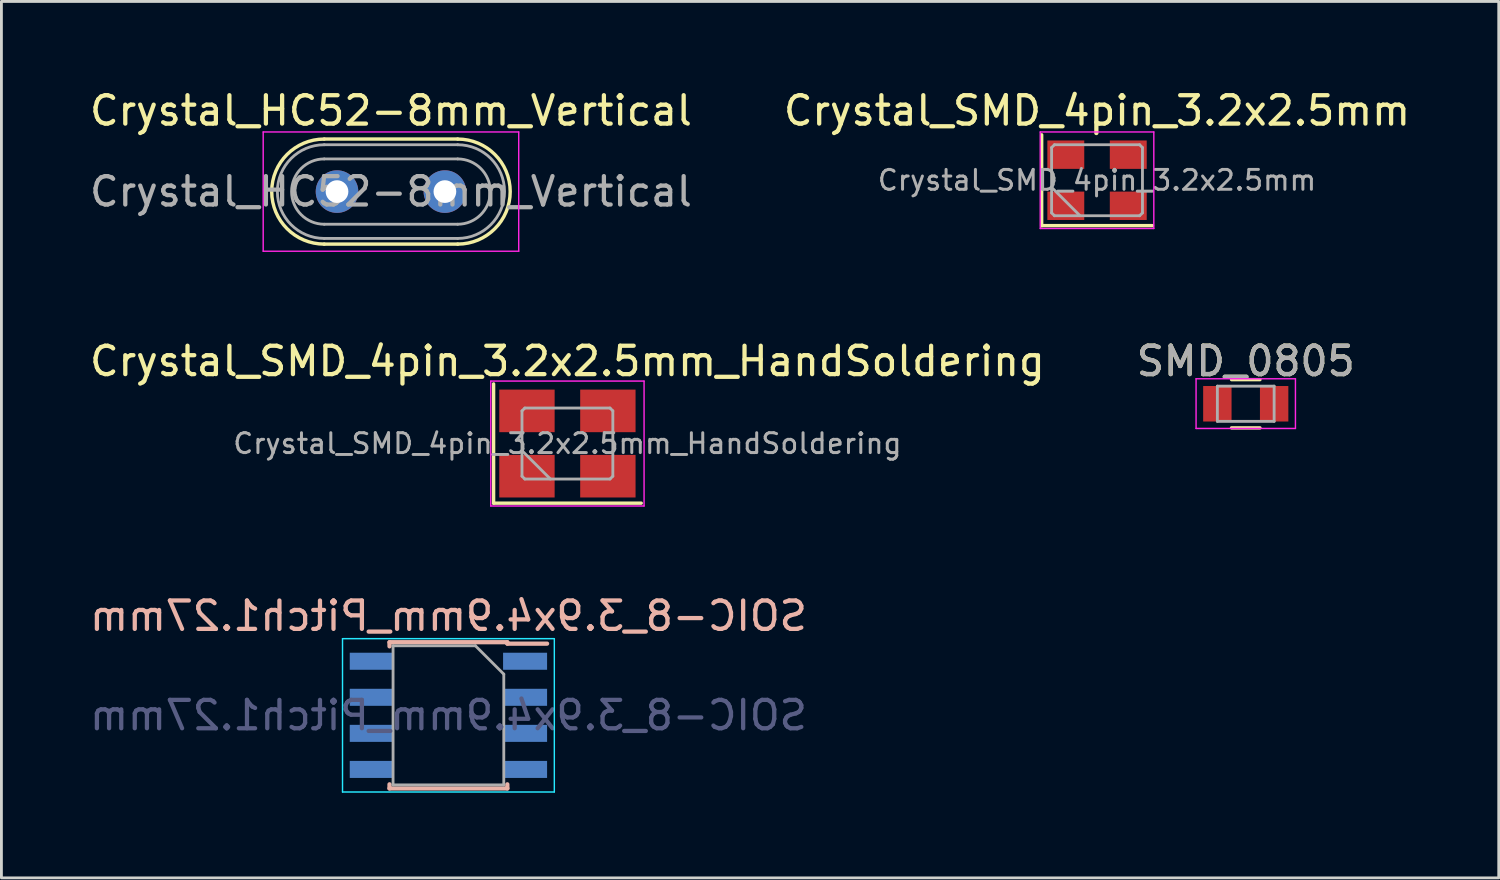
<source format=kicad_pcb>
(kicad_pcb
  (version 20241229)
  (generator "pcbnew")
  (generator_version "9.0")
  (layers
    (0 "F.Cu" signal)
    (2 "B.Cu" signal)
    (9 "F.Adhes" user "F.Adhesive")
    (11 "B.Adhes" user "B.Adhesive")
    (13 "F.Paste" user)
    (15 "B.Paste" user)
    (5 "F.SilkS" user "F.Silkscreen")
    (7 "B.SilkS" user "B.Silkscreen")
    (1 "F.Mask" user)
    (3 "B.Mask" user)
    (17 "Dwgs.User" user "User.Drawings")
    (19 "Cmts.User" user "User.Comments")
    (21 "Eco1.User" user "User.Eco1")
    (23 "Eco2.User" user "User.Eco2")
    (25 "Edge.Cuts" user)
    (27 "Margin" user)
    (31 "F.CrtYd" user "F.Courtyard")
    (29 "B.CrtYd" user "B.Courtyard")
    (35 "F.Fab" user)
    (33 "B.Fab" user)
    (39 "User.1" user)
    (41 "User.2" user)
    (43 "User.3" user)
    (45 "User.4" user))
  (footprint "Crystal_HC52-8mm_Vertical"
    (layer "F.Cu")
    (at 8.82 3.698)
    (property "Reference" "Crystal_HC52-8mm_Vertical" (at 1.9 -2.85 0) (layer "F.SilkS") (effects (font (size 1 1) (thickness 0.15))))
    (attr through_hole)
    (fp_line (start -0.45 -1.85) (end 4.25 -1.85) (stroke (width 0.12) (type solid)) (layer "F.SilkS"))
    (fp_line (start -0.45 1.85) (end 4.25 1.85) (stroke (width 0.12) (type solid)) (layer "F.SilkS"))
    (fp_arc (start -0.45 1.85) (mid -2.3 0) (end -0.45 -1.85) (stroke (width 0.12) (type solid)) (layer "F.SilkS"))
    (fp_arc (start 4.25 -1.85) (mid 6.1 0) (end 4.25 1.85) (stroke (width 0.12) (type solid)) (layer "F.SilkS"))
    (fp_line (start -2.6 -2.1) (end -2.6 2.1) (stroke (width 0.05) (type solid)) (layer "F.CrtYd"))
    (fp_line (start -2.6 2.1) (end 6.4 2.1) (stroke (width 0.05) (type solid)) (layer "F.CrtYd"))
    (fp_line (start 6.4 -2.1) (end -2.6 -2.1) (stroke (width 0.05) (type solid)) (layer "F.CrtYd"))
    (fp_line (start 6.4 2.1) (end 6.4 -2.1) (stroke (width 0.05) (type solid)) (layer "F.CrtYd"))
    (fp_line (start -0.45 -1.65) (end 4.25 -1.65) (stroke (width 0.1) (type solid)) (layer "F.Fab"))
    (fp_line (start -0.45 -1.15) (end 4.25 -1.15) (stroke (width 0.1) (type solid)) (layer "F.Fab"))
    (fp_line (start -0.45 1.15) (end 4.25 1.15) (stroke (width 0.1) (type solid)) (layer "F.Fab"))
    (fp_line (start -0.45 1.65) (end 4.25 1.65) (stroke (width 0.1) (type solid)) (layer "F.Fab"))
    (fp_arc (start -0.45 1.15) (mid -1.6 0) (end -0.45 -1.15) (stroke (width 0.1) (type solid)) (layer "F.Fab"))
    (fp_arc (start -0.45 1.65) (mid -2.1 0) (end -0.45 -1.65) (stroke (width 0.1) (type solid)) (layer "F.Fab"))
    (fp_arc (start 4.25 -1.65) (mid 5.9 0) (end 4.25 1.65) (stroke (width 0.1) (type solid)) (layer "F.Fab"))
    (fp_arc (start 4.25 -1.15) (mid 5.4 0) (end 4.25 1.15) (stroke (width 0.1) (type solid)) (layer "F.Fab"))
    (fp_text user "${REFERENCE}" (at 1.9 0 0) (layer "F.Fab") (effects (font (size 1 1) (thickness 0.15))))
    (pad "1" thru_hole circle (at 0 0) (size 1.5 1.5) (drill 0.8) (layers "*.Cu" "*.Mask"))
    (pad "2" thru_hole circle (at 3.8 0) (size 1.5 1.5) (drill 0.8) (layers "*.Cu" "*.Mask")))
  (footprint "Crystal_SMD_4pin_3.2x2.5mm_HandSoldering"
    (layer "F.Cu")
    (at 16.935 12.572)
    (property "Reference" "Crystal_SMD_4pin_3.2x2.5mm_HandSoldering" (at 0 -2.9 0) (layer "F.SilkS") (effects (font (size 1 1) (thickness 0.15))))
    (attr smd)
    (fp_line (start -2.6 -2.1) (end -2.6 2.1) (stroke (width 0.12) (type solid)) (layer "F.SilkS"))
    (fp_line (start -2.6 2.1) (end 2.6 2.1) (stroke (width 0.12) (type solid)) (layer "F.SilkS"))
    (fp_line (start -2.7 -2.2) (end -2.7 2.2) (stroke (width 0.05) (type solid)) (layer "F.CrtYd"))
    (fp_line (start -2.7 2.2) (end 2.7 2.2) (stroke (width 0.05) (type solid)) (layer "F.CrtYd"))
    (fp_line (start 2.7 -2.2) (end -2.7 -2.2) (stroke (width 0.05) (type solid)) (layer "F.CrtYd"))
    (fp_line (start 2.7 2.2) (end 2.7 -2.2) (stroke (width 0.05) (type solid)) (layer "F.CrtYd"))
    (fp_line (start -1.6 -1.15) (end -1.5 -1.25) (stroke (width 0.1) (type solid)) (layer "F.Fab"))
    (fp_line (start -1.6 0.25) (end -0.6 1.25) (stroke (width 0.1) (type solid)) (layer "F.Fab"))
    (fp_line (start -1.6 1.15) (end -1.6 -1.15) (stroke (width 0.1) (type solid)) (layer "F.Fab"))
    (fp_line (start -1.5 -1.25) (end 1.5 -1.25) (stroke (width 0.1) (type solid)) (layer "F.Fab"))
    (fp_line (start -1.5 1.25) (end -1.6 1.15) (stroke (width 0.1) (type solid)) (layer "F.Fab"))
    (fp_line (start 1.5 -1.25) (end 1.6 -1.15) (stroke (width 0.1) (type solid)) (layer "F.Fab"))
    (fp_line (start 1.5 1.25) (end -1.5 1.25) (stroke (width 0.1) (type solid)) (layer "F.Fab"))
    (fp_line (start 1.6 -1.15) (end 1.6 1.15) (stroke (width 0.1) (type solid)) (layer "F.Fab"))
    (fp_line (start 1.6 1.15) (end 1.5 1.25) (stroke (width 0.1) (type solid)) (layer "F.Fab"))
    (fp_text user "${REFERENCE}" (at 0 0 0) (layer "F.Fab") (effects (font (size 0.7 0.7) (thickness 0.105))))
    (pad "1" smd rect (at -1.425 1.15) (size 1.95 1.5) (layers "F.Cu" "F.Mask" "F.Paste"))
    (pad "2" smd rect (at 1.425 1.15) (size 1.95 1.5) (layers "F.Cu" "F.Mask" "F.Paste"))
    (pad "3" smd rect (at 1.425 -1.15) (size 1.95 1.5) (layers "F.Cu" "F.Mask" "F.Paste"))
    (pad "4" smd rect (at -1.425 -1.15) (size 1.95 1.5) (layers "F.Cu" "F.Mask" "F.Paste")))
  (footprint "SOIC-8_3.9x4.9mm_Pitch1.27mm"
    (layer "F.Cu")
    (at 11.982 22.145)
    (property "Reference" "SOIC-8_3.9x4.9mm_Pitch1.27mm" (at 0.762 -3.5 0) (layer "B.SilkS") (effects (font (size 1 1) (thickness 0.15)) (justify mirror)))
    (attr smd)
    (fp_line (start -1.313 -2.575) (end -1.313 -2.43) (stroke (width 0.15) (type solid)) (layer "B.SilkS"))
    (fp_line (start -1.313 2.575) (end -1.313 2.43) (stroke (width 0.15) (type solid)) (layer "B.SilkS"))
    (fp_line (start 2.837 -2.575) (end -1.313 -2.575) (stroke (width 0.15) (type solid)) (layer "B.SilkS"))
    (fp_line (start 2.837 -2.575) (end 2.837 -2.525) (stroke (width 0.15) (type solid)) (layer "B.SilkS"))
    (fp_line (start 2.837 -2.525) (end 4.237 -2.525) (stroke (width 0.15) (type solid)) (layer "B.SilkS"))
    (fp_line (start 2.837 2.575) (end -1.313 2.575) (stroke (width 0.15) (type solid)) (layer "B.SilkS"))
    (fp_line (start 2.837 2.575) (end 2.837 2.43) (stroke (width 0.15) (type solid)) (layer "B.SilkS"))
    (fp_line (start -2.968 -2.7) (end -2.968 2.7) (stroke (width 0.05) (type solid)) (layer "B.CrtYd"))
    (fp_line (start 4.492 -2.7) (end -2.968 -2.7) (stroke (width 0.05) (type solid)) (layer "B.CrtYd"))
    (fp_line (start 4.492 -2.7) (end 4.492 2.7) (stroke (width 0.05) (type solid)) (layer "B.CrtYd"))
    (fp_line (start 4.492 2.7) (end -2.968 2.7) (stroke (width 0.05) (type solid)) (layer "B.CrtYd"))
    (fp_line (start -1.188 -2.45) (end -1.188 2.45) (stroke (width 0.1) (type solid)) (layer "F.Fab"))
    (fp_line (start -1.188 2.45) (end 2.712 2.45) (stroke (width 0.1) (type solid)) (layer "F.Fab"))
    (fp_line (start 1.712 -2.45) (end -1.188 -2.45) (stroke (width 0.1) (type solid)) (layer "F.Fab"))
    (fp_line (start 2.712 -1.45) (end 1.712 -2.45) (stroke (width 0.1) (type solid)) (layer "F.Fab"))
    (fp_line (start 2.712 2.45) (end 2.712 -1.45) (stroke (width 0.1) (type solid)) (layer "F.Fab"))
    (fp_text user "${REFERENCE}" (at 0.762 0 0) (layer "B.Fab") (effects (font (size 1 1) (thickness 0.15)) (justify mirror)))
    (pad "1" smd rect (at 3.462 -1.905) (size 1.55 0.6) (layers "B.Cu" "B.Mask" "B.Paste"))
    (pad "2" smd rect (at 3.462 -0.635) (size 1.55 0.6) (layers "B.Cu" "B.Mask" "B.Paste"))
    (pad "3" smd rect (at 3.462 0.635) (size 1.55 0.6) (layers "B.Cu" "B.Mask" "B.Paste"))
    (pad "4" smd rect (at 3.462 1.905) (size 1.55 0.6) (layers "B.Cu" "B.Mask" "B.Paste"))
    (pad "5" smd rect (at -1.938 1.905) (size 1.55 0.6) (layers "B.Cu" "B.Mask" "B.Paste"))
    (pad "6" smd rect (at -1.938 0.635) (size 1.55 0.6) (layers "B.Cu" "B.Mask" "B.Paste"))
    (pad "7" smd rect (at -1.938 -0.635) (size 1.55 0.6) (layers "B.Cu" "B.Mask" "B.Paste"))
    (pad "8" smd rect (at -1.938 -1.905) (size 1.55 0.6) (layers "B.Cu" "B.Mask" "B.Paste")))
  (footprint "Crystal_SMD_4pin_3.2x2.5mm"
    (layer "F.Cu")
    (at 35.589 3.298)
    (property "Reference" "Crystal_SMD_4pin_3.2x2.5mm" (at 0 -2.45 0) (layer "F.SilkS") (effects (font (size 1 1) (thickness 0.15))))
    (attr smd)
    (fp_line (start -1.95 -1.6) (end -1.95 1.6) (stroke (width 0.12) (type solid)) (layer "F.SilkS"))
    (fp_line (start -1.95 1.6) (end 1.95 1.6) (stroke (width 0.12) (type solid)) (layer "F.SilkS"))
    (fp_line (start -2 -1.7) (end -2 1.7) (stroke (width 0.05) (type solid)) (layer "F.CrtYd"))
    (fp_line (start -2 1.7) (end 2 1.7) (stroke (width 0.05) (type solid)) (layer "F.CrtYd"))
    (fp_line (start 2 -1.7) (end -2 -1.7) (stroke (width 0.05) (type solid)) (layer "F.CrtYd"))
    (fp_line (start 2 1.7) (end 2 -1.7) (stroke (width 0.05) (type solid)) (layer "F.CrtYd"))
    (fp_line (start -1.6 -1.15) (end -1.5 -1.25) (stroke (width 0.1) (type solid)) (layer "F.Fab"))
    (fp_line (start -1.6 0.25) (end -0.6 1.25) (stroke (width 0.1) (type solid)) (layer "F.Fab"))
    (fp_line (start -1.6 1.15) (end -1.6 -1.15) (stroke (width 0.1) (type solid)) (layer "F.Fab"))
    (fp_line (start -1.5 -1.25) (end 1.5 -1.25) (stroke (width 0.1) (type solid)) (layer "F.Fab"))
    (fp_line (start -1.5 1.25) (end -1.6 1.15) (stroke (width 0.1) (type solid)) (layer "F.Fab"))
    (fp_line (start 1.5 -1.25) (end 1.6 -1.15) (stroke (width 0.1) (type solid)) (layer "F.Fab"))
    (fp_line (start 1.5 1.25) (end -1.5 1.25) (stroke (width 0.1) (type solid)) (layer "F.Fab"))
    (fp_line (start 1.6 -1.15) (end 1.6 1.15) (stroke (width 0.1) (type solid)) (layer "F.Fab"))
    (fp_line (start 1.6 1.15) (end 1.5 1.25) (stroke (width 0.1) (type solid)) (layer "F.Fab"))
    (fp_text user "${REFERENCE}" (at 0 0 0) (layer "F.Fab") (effects (font (size 0.7 0.7) (thickness 0.105))))
    (pad "1" smd rect (at -1.1 0.9) (size 1.3 1) (layers "F.Cu" "F.Mask" "F.Paste"))
    (pad "2" smd rect (at 1.1 0.9) (size 1.3 1) (layers "F.Cu" "F.Mask" "F.Paste"))
    (pad "3" smd rect (at 1.1 -0.9) (size 1.3 1) (layers "F.Cu" "F.Mask" "F.Paste"))
    (pad "4" smd rect (at -1.1 -0.9) (size 1.3 1) (layers "F.Cu" "F.Mask" "F.Paste")))
  (footprint "SMD_0805"
    (layer "F.Cu")
    (at 40.827 11.171)
    (property "Reference" "SMD_0805" (at 0 -1.5 0) (layer "F.SilkS") (effects (font (size 1 1) (thickness 0.15))))
    (attr smd)
    (fp_line (start -0.5 0.85) (end 0.5 0.85) (stroke (width 0.12) (type solid)) (layer "F.SilkS"))
    (fp_line (start 0.5 -0.85) (end -0.5 -0.85) (stroke (width 0.12) (type solid)) (layer "F.SilkS"))
    (fp_line (start -1.75 -0.88) (end -1.75 0.87) (stroke (width 0.05) (type solid)) (layer "F.CrtYd"))
    (fp_line (start -1.75 -0.88) (end 1.75 -0.88) (stroke (width 0.05) (type solid)) (layer "F.CrtYd"))
    (fp_line (start 1.75 0.87) (end -1.75 0.87) (stroke (width 0.05) (type solid)) (layer "F.CrtYd"))
    (fp_line (start 1.75 0.87) (end 1.75 -0.88) (stroke (width 0.05) (type solid)) (layer "F.CrtYd"))
    (fp_line (start -1 -0.62) (end 1 -0.62) (stroke (width 0.1) (type solid)) (layer "F.Fab"))
    (fp_line (start -1 0.62) (end -1 -0.62) (stroke (width 0.1) (type solid)) (layer "F.Fab"))
    (fp_line (start 1 -0.62) (end 1 0.62) (stroke (width 0.1) (type solid)) (layer "F.Fab"))
    (fp_line (start 1 0.62) (end -1 0.62) (stroke (width 0.1) (type solid)) (layer "F.Fab"))
    (fp_text user "${REFERENCE}" (at 0 -1.5 0) (layer "F.Fab") (effects (font (size 1 1) (thickness 0.15))))
    (pad "1" smd rect (at -1 0) (size 1 1.25) (layers "F.Cu" "F.Mask" "F.Paste"))
    (pad "2" smd rect (at 1 0) (size 1 1.25) (layers "F.Cu" "F.Mask" "F.Paste")))
  (gr_rect
    (start -3 -3)
    (end 49.738 27.87)
    (stroke (width 0.1) (type default))
    (fill no)
    (layer "Edge.Cuts")))
</source>
